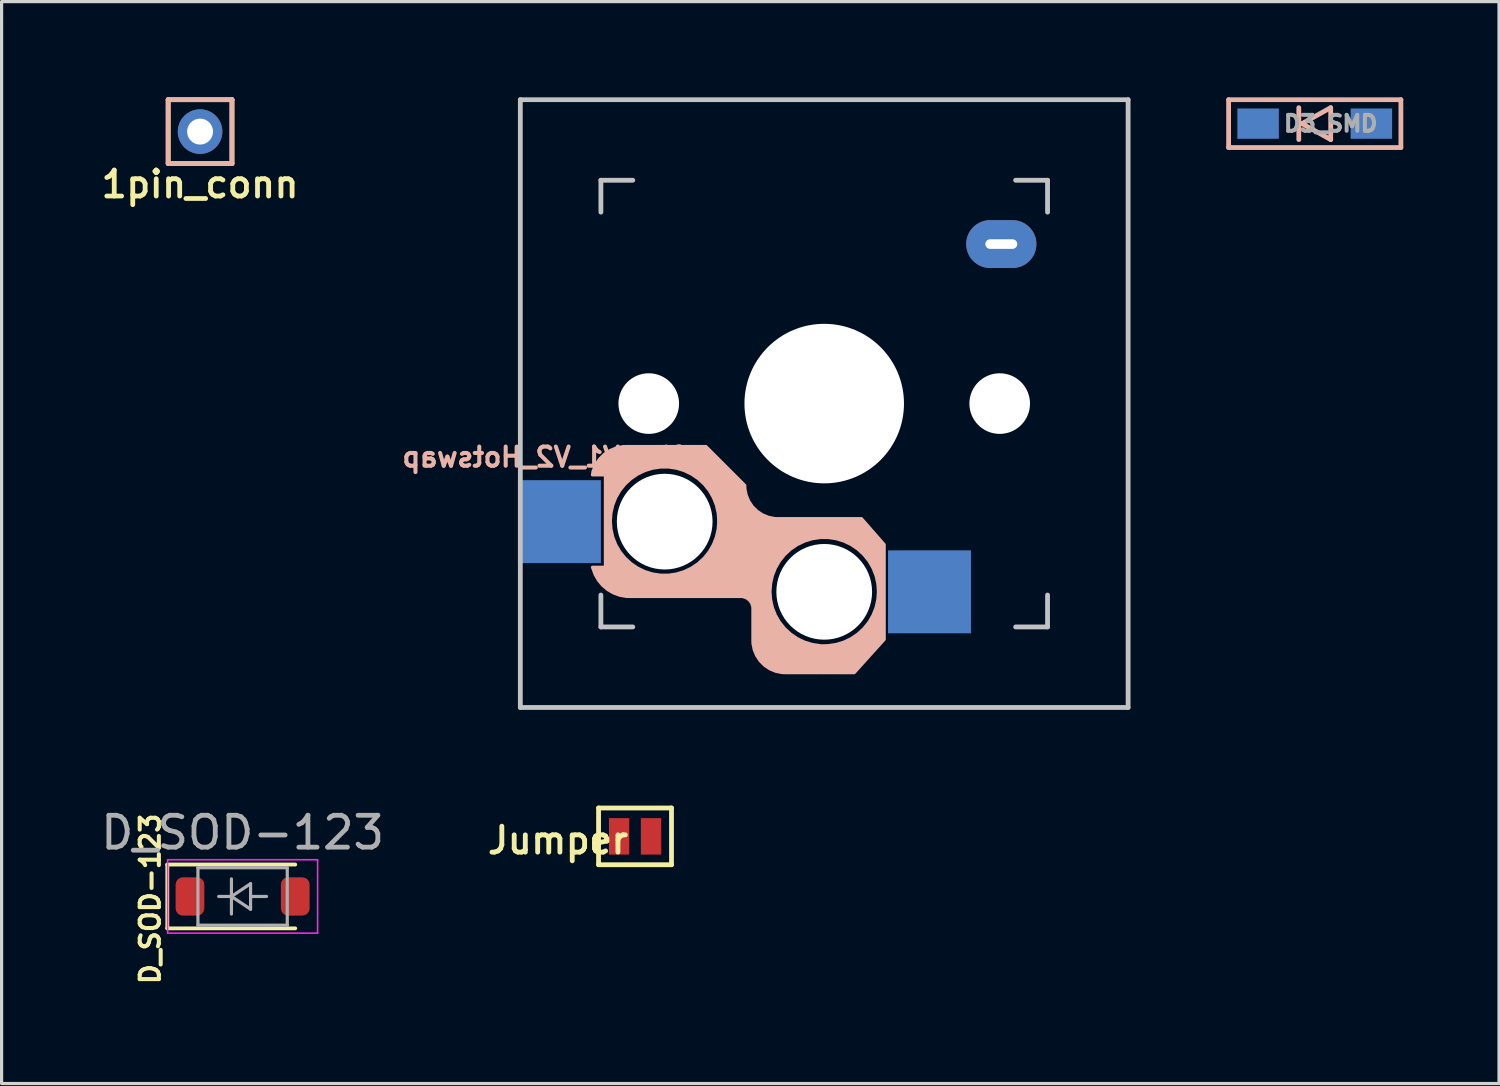
<source format=kicad_pcb>
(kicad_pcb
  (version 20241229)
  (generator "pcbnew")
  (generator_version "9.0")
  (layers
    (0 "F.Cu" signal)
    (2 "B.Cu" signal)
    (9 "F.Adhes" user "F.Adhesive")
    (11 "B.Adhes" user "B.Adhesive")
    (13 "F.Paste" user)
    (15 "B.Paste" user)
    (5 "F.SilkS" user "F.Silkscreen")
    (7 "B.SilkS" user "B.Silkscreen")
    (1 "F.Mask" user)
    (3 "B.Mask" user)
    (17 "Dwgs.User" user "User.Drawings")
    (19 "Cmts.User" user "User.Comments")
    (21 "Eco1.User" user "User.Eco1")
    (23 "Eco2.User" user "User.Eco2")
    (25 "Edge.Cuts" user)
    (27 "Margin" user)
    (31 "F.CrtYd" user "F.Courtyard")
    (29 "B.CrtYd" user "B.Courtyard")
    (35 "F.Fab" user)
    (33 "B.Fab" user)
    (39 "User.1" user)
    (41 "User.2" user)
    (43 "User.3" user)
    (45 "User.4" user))
  (footprint "ChocV1_V2_Hotswap"
    (layer "F.Cu")
    (at 22.784 9.6)
    (property "Reference" "ChocV1_V2_Hotswap" (at -8.712 1.676 0) (layer "B.SilkS") (effects (font (size 0.6 0.6) (thickness 0.127) (bold yes)) (justify mirror)))
    (attr through_hole)
    (fp_line (start -3.304 3.683) (end -3.304 3.683) (stroke (width 0.1) (type default)) (layer "B.SilkS"))
    (fp_line (start 1.7 5.893) (end 1.7 5.893) (stroke (width 0.1) (type default)) (layer "B.SilkS"))
    (fp_poly (pts (xy -2.235 7.417) (xy -2.233 7.517) (xy -2.194 7.712) (xy -2.117 7.897) (xy -2.006 8.063) (xy -1.865 8.204) (xy -1.699 8.315) (xy -1.515 8.391) (xy -1.319 8.43) (xy -1.219 8.433) (xy -0.127 8.433) (xy -0.127 7.588) (xy -0.378 7.55) (xy -0.621 7.476) (xy -0.85 7.365) (xy -1.06 7.222) (xy -1.246 7.049) (xy -1.405 6.851) (xy -1.532 6.631) (xy -1.625 6.394) (xy -1.681 6.146) (xy -1.7 5.893) (xy -1.681 5.639) (xy -1.625 5.392) (xy -1.532 5.155) (xy -1.405 4.935) (xy -1.246 4.736) (xy -1.06 4.563) (xy -0.85 4.42) (xy -0.621 4.31) (xy -0.378 4.235) (xy -0.127 4.197) (xy 0.127 4.197) (xy 0.378 4.235) (xy 0.621 4.31) (xy 0.85 4.42) (xy 1.06 4.563) (xy 1.246 4.736) (xy 1.405 4.935) (xy 1.532 5.155) (xy 1.625 5.392) (xy 1.681 5.639) (xy 1.7 5.893) (xy 1.681 6.146) (xy 1.625 6.394) (xy 1.532 6.631) (xy 1.405 6.851) (xy 1.246 7.049) (xy 1.06 7.222) (xy 0.85 7.365) (xy 0.621 7.476) (xy 0.378 7.55) (xy 0.127 7.588) (xy -0.127 7.595) (xy -0.102 8.433) (xy 0.94 8.433) (xy 1.88 7.391) (xy 1.88 4.42) (xy 1.168 3.607) (xy -1.448 3.607) (xy -1.55 3.604) (xy -1.751 3.564) (xy -1.94 3.486) (xy -2.11 3.372) (xy -2.255 3.228) (xy -2.368 3.058) (xy -2.447 2.868) (xy -2.487 2.668) (xy -2.489 2.565) (xy -3.708 1.346) (xy -6.198 1.346) (xy -6.305 1.349) (xy -6.515 1.391) (xy -6.714 1.473) (xy -6.892 1.592) (xy -7.044 1.744) (xy -7.163 1.922) (xy -7.245 2.121) (xy -7.264 2.235) (xy -6.858 2.235) (xy -6.858 3.759) (xy -6.858 5.131) (xy -7.264 5.131) (xy -7.251 5.161) (xy -7.18 5.357) (xy -7.076 5.537) (xy -6.942 5.697) (xy -6.782 5.831) (xy -6.601 5.935) (xy -6.406 6.007) (xy -6.2 6.043) (xy -6.096 6.045) (xy -5.131 6.045) (xy -5.131 5.379) (xy -5.382 5.341) (xy -5.625 5.266) (xy -5.854 5.155) (xy -6.064 5.012) (xy -6.25 4.839) (xy -6.409 4.641) (xy -6.536 4.421) (xy -6.629 4.184) (xy -6.685 3.936) (xy -6.704 3.683) (xy -6.685 3.43) (xy -6.629 3.182) (xy -6.536 2.945) (xy -6.409 2.725) (xy -6.25 2.527) (xy -6.064 2.354) (xy -5.854 2.211) (xy -5.625 2.1) (xy -5.382 2.025) (xy -5.131 1.987) (xy -4.877 1.987) (xy -4.625 2.025) (xy -4.383 2.1) (xy -4.154 2.211) (xy -3.944 2.354) (xy -3.757 2.527) (xy -3.599 2.725) (xy -3.472 2.945) (xy -3.379 3.182) (xy -3.323 3.43) (xy -3.304 3.683) (xy -3.323 3.936) (xy -3.379 4.184) (xy -3.472 4.421) (xy -3.599 4.641) (xy -3.757 4.839) (xy -3.944 5.012) (xy -4.154 5.155) (xy -4.383 5.266) (xy -4.625 5.341) (xy -4.877 5.379) (xy -5.131 5.379) (xy -5.131 6.045) (xy -2.794 6.045) (xy -2.616 6.045) (xy -2.556 6.047) (xy -2.442 6.084) (xy -2.345 6.155) (xy -2.274 6.252) (xy -2.237 6.366) (xy -2.235 6.426) (xy -2.235 6.604) (xy -2.235 6.807)) (stroke (width 0.1) (type solid)) (fill yes) (layer "B.SilkS"))
    (fp_line (start -9.525 -9.525) (end 9.525 -9.525) (stroke (width 0.15) (type solid)) (layer "Dwgs.User"))
    (fp_line (start -9.525 9.525) (end -9.525 -9.525) (stroke (width 0.15) (type solid)) (layer "Dwgs.User"))
    (fp_line (start -7 -7) (end -6 -7) (stroke (width 0.15) (type solid)) (layer "Dwgs.User"))
    (fp_line (start -7 -6) (end -7 -7) (stroke (width 0.15) (type solid)) (layer "Dwgs.User"))
    (fp_line (start -7 7) (end -7 6) (stroke (width 0.15) (type solid)) (layer "Dwgs.User"))
    (fp_line (start -6 7) (end -7 7) (stroke (width 0.15) (type solid)) (layer "Dwgs.User"))
    (fp_line (start 6 7) (end 7 7) (stroke (width 0.15) (type solid)) (layer "Dwgs.User"))
    (fp_line (start 7 -7) (end 6 -7) (stroke (width 0.15) (type solid)) (layer "Dwgs.User"))
    (fp_line (start 7 -6) (end 7 -7) (stroke (width 0.15) (type solid)) (layer "Dwgs.User"))
    (fp_line (start 7 7) (end 7 6) (stroke (width 0.15) (type solid)) (layer "Dwgs.User"))
    (fp_line (start 9.525 -9.525) (end 9.525 9.525) (stroke (width 0.15) (type solid)) (layer "Dwgs.User"))
    (fp_line (start 9.525 9.525) (end -9.525 9.525) (stroke (width 0.15) (type solid)) (layer "Dwgs.User"))
    (pad "" np_thru_hole circle (at -5.5 0 90) (size 1.9 1.9) (drill 1.9) (layers "*.Cu" "*.Mask"))
    (pad "" np_thru_hole circle (at -5 3.7 90) (size 3 3) (drill 3) (layers "*.Cu" "*.Mask"))
    (pad "" np_thru_hole circle (at 0 0 90) (size 5 5) (drill 5) (layers "*.Cu" "*.Mask"))
    (pad "" np_thru_hole circle (at 0 5.9 90) (size 3 3) (drill 3) (layers "*.Cu" "*.Mask"))
    (pad "" np_thru_hole circle (at 5.5 0 90) (size 1.9 1.9) (drill 1.9) (layers "*.Cu" "*.Mask"))
    (pad "" thru_hole oval (at 5.55 -5 180) (size 2.2 1.5) (drill oval 1 0.3) (layers "*.Cu" "*.Mask"))
    (pad "1" smd rect (at -8.3 3.7 180) (size 2.6 2.6) (layers "B.Cu" "B.Mask" "B.Paste"))
    (pad "2" smd rect (at 3.3 5.9 180) (size 2.6 2.6) (layers "B.Cu" "B.Mask" "B.Paste")))
  (footprint "1pin_conn"
    (layer "F.Cu")
    (at 3.221 1.075)
    (property "Reference" "1pin_conn" (at 0 1.651 0) (layer "F.SilkS") (effects (font (size 0.813 0.813) (thickness 0.15))))
    (attr through_hole)
    (fp_line (start -1 -1) (end -1 1) (stroke (width 0.15) (type solid)) (layer "F.SilkS"))
    (fp_line (start -1 1) (end 1 1) (stroke (width 0.15) (type solid)) (layer "F.SilkS"))
    (fp_line (start 1 -1) (end -1 -1) (stroke (width 0.15) (type solid)) (layer "F.SilkS"))
    (fp_line (start 1 1) (end 1 -1) (stroke (width 0.15) (type solid)) (layer "F.SilkS"))
    (fp_line (start -1 -1) (end 1 -1) (stroke (width 0.15) (type solid)) (layer "B.SilkS"))
    (fp_line (start -1 1) (end -1 -1) (stroke (width 0.15) (type solid)) (layer "B.SilkS"))
    (fp_line (start 1 -1) (end 1 1) (stroke (width 0.15) (type solid)) (layer "B.SilkS"))
    (fp_line (start 1 1) (end -1 1) (stroke (width 0.15) (type solid)) (layer "B.SilkS"))
    (pad "1" thru_hole circle (at 0 0) (size 1.397 1.397) (drill 0.813) (layers "*.Cu" "*.Mask")))
  (footprint "D3_SMD"
    (layer "F.Cu")
    (at 38.159 0.825)
    (property "Reference" "D3_SMD" (at 0.5 0 0) (layer "F.Fab") (effects (font (size 0.5 0.5) (thickness 0.125))))
    (attr through_hole)
    (fp_line (start -2.7 -0.75) (end -2.7 0.75) (stroke (width 0.15) (type solid)) (layer "B.SilkS"))
    (fp_line (start -2.7 0.75) (end 2.7 0.75) (stroke (width 0.15) (type solid)) (layer "B.SilkS"))
    (fp_line (start -0.5 -0.5) (end -0.5 0.5) (stroke (width 0.15) (type solid)) (layer "B.SilkS"))
    (fp_line (start -0.4 0) (end 0.5 -0.5) (stroke (width 0.15) (type solid)) (layer "B.SilkS"))
    (fp_line (start 0.5 -0.5) (end 0.5 0.5) (stroke (width 0.15) (type solid)) (layer "B.SilkS"))
    (fp_line (start 0.5 0.5) (end -0.4 0) (stroke (width 0.15) (type solid)) (layer "B.SilkS"))
    (fp_line (start 2.7 -0.75) (end -2.7 -0.75) (stroke (width 0.15) (type solid)) (layer "B.SilkS"))
    (fp_line (start 2.7 0.75) (end 2.7 -0.75) (stroke (width 0.15) (type solid)) (layer "B.SilkS"))
    (pad "1" smd rect (at -1.775 0) (size 1.3 0.95) (layers "B.Cu" "B.Mask" "B.Paste"))
    (pad "2" smd rect (at 1.775 0) (size 1.3 0.95) (layers "B.Cu" "B.Mask" "B.Paste")))
  (footprint "Jumper"
    (layer "F.Cu")
    (at 16.854 23.164)
    (property "Reference" "Jumper" (at -2.413 0.127 0) (layer "F.SilkS") (effects (font (size 0.813 0.813) (thickness 0.152))))
    (attr smd)
    (fp_line (start -1.143 -0.889) (end 1.143 -0.889) (stroke (width 0.15) (type solid)) (layer "F.SilkS"))
    (fp_line (start -1.143 0.889) (end -1.143 -0.889) (stroke (width 0.15) (type solid)) (layer "F.SilkS"))
    (fp_line (start 1.143 -0.889) (end 1.143 0.889) (stroke (width 0.15) (type solid)) (layer "F.SilkS"))
    (fp_line (start 1.143 0.889) (end -1.143 0.889) (stroke (width 0.15) (type solid)) (layer "F.SilkS"))
    (pad "1" smd rect (at -0.5 0) (size 0.635 1.143) (layers "F.Cu" "F.Mask" "F.Paste"))
    (pad "2" smd rect (at 0.5 0) (size 0.635 1.143) (layers "F.Cu" "F.Mask" "F.Paste")))
  (footprint "D_SOD-123"
    (layer "F.Cu")
    (at 4.554 25.048)
    (property "Reference" "D_SOD-123" (at -2.896 0.076 90) (layer "F.SilkS") (effects (font (size 0.6 0.6) (thickness 0.127) (bold yes))))
    (attr smd)
    (fp_line (start -2.36 -1) (end -2.36 1) (stroke (width 0.12) (type solid)) (layer "F.SilkS"))
    (fp_line (start -2.36 -1) (end 1.65 -1) (stroke (width 0.12) (type solid)) (layer "F.SilkS"))
    (fp_line (start -2.36 1) (end 1.65 1) (stroke (width 0.12) (type solid)) (layer "F.SilkS"))
    (fp_line (start -2.35 -1.15) (end -2.35 1.15) (stroke (width 0.05) (type solid)) (layer "F.CrtYd"))
    (fp_line (start -2.35 -1.15) (end 2.35 -1.15) (stroke (width 0.05) (type solid)) (layer "F.CrtYd"))
    (fp_line (start 2.35 -1.15) (end 2.35 1.15) (stroke (width 0.05) (type solid)) (layer "F.CrtYd"))
    (fp_line (start 2.35 1.15) (end -2.35 1.15) (stroke (width 0.05) (type solid)) (layer "F.CrtYd"))
    (fp_line (start -1.4 -0.9) (end 1.4 -0.9) (stroke (width 0.1) (type solid)) (layer "F.Fab"))
    (fp_line (start -1.4 0.9) (end -1.4 -0.9) (stroke (width 0.1) (type solid)) (layer "F.Fab"))
    (fp_line (start -0.75 0) (end -0.35 0) (stroke (width 0.1) (type solid)) (layer "F.Fab"))
    (fp_line (start -0.35 0) (end -0.35 -0.55) (stroke (width 0.1) (type solid)) (layer "F.Fab"))
    (fp_line (start -0.35 0) (end -0.35 0.55) (stroke (width 0.1) (type solid)) (layer "F.Fab"))
    (fp_line (start -0.35 0) (end 0.25 -0.4) (stroke (width 0.1) (type solid)) (layer "F.Fab"))
    (fp_line (start 0.25 -0.4) (end 0.25 0.4) (stroke (width 0.1) (type solid)) (layer "F.Fab"))
    (fp_line (start 0.25 0) (end 0.75 0) (stroke (width 0.1) (type solid)) (layer "F.Fab"))
    (fp_line (start 0.25 0.4) (end -0.35 0) (stroke (width 0.1) (type solid)) (layer "F.Fab"))
    (fp_line (start 1.4 -0.9) (end 1.4 0.9) (stroke (width 0.1) (type solid)) (layer "F.Fab"))
    (fp_line (start 1.4 0.9) (end -1.4 0.9) (stroke (width 0.1) (type solid)) (layer "F.Fab"))
    (fp_text user "${REFERENCE}" (at 0 -2 0) (layer "F.Fab") (effects (font (size 1 1) (thickness 0.15))))
    (pad "1" smd roundrect (at -1.65 0) (size 0.9 1.2) (layers "F.Cu" "F.Mask" "F.Paste") (roundrect_rratio 0.25))
    (pad "2" smd roundrect (at 1.65 0) (size 0.9 1.2) (layers "F.Cu" "F.Mask" "F.Paste") (roundrect_rratio 0.25)))
  (gr_rect
    (start -3 -3)
    (end 43.934 30.912)
    (stroke (width 0.1) (type default))
    (fill no)
    (layer "Edge.Cuts")))
</source>
